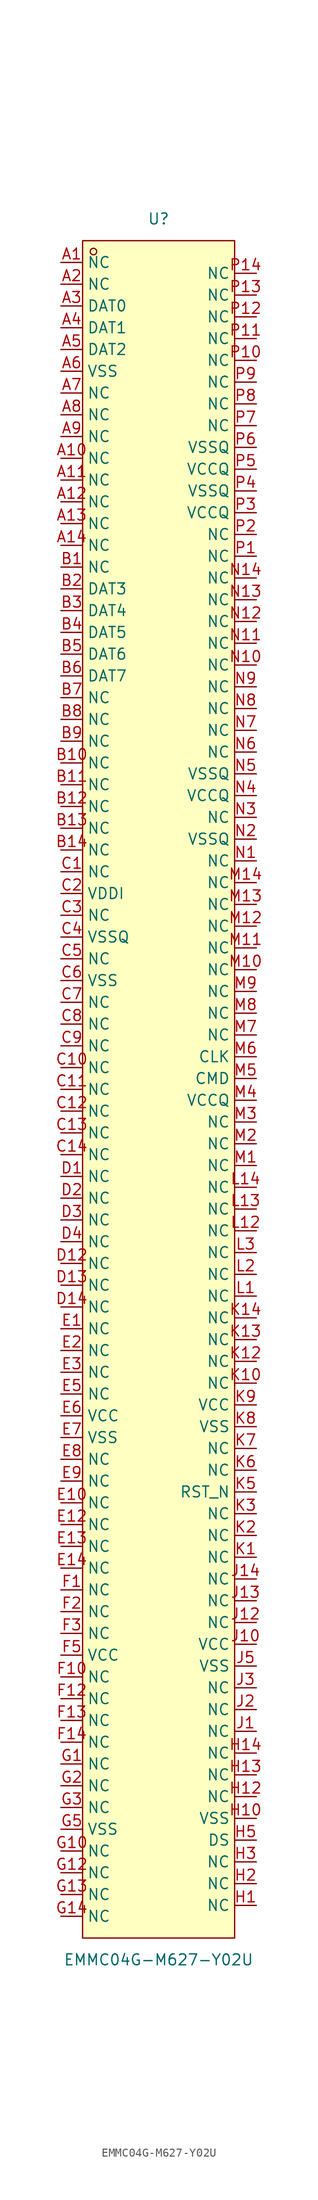
<source format=kicad_sym>
(kicad_symbol_lib
  (version 20211014)
  (generator https://github.com/uPesy/easyeda2kicad.py)
  (symbol "EMMC04G-M627-Y02U"
    (property "Reference" "U"
      (at 0 101.60 0)
      (effects (font (size 1.27 1.27))))
    (property "Value" "EMMC04G-M627-Y02U"
      (at 0 -101.60 0)
      (effects (font (size 1.27 1.27))))
    (symbol "EMMC04G-M627-Y02U_0_1"
      (rectangle (start -8.89 99.06) (end 8.89 -99.06) (stroke (width 0) (type default) (color 0 0 0 0)) (fill (type background)))
      (circle (center -7.62 97.79) (radius 0.38) (stroke (width 0) (type default) (color 0 0 0 0)) (fill (type none)))
      (pin unspecified line (at -11.43 96.52 0) (length 2.54) (name "NC" (effects (font (size 1.27 1.27)))) (number "A1" (effects (font (size 1.27 1.27)))))
      (pin unspecified line (at -11.43 93.98 0) (length 2.54) (name "NC" (effects (font (size 1.27 1.27)))) (number "A2" (effects (font (size 1.27 1.27)))))
      (pin unspecified line (at -11.43 91.44 0) (length 2.54) (name "DAT0" (effects (font (size 1.27 1.27)))) (number "A3" (effects (font (size 1.27 1.27)))))
      (pin unspecified line (at -11.43 88.90 0) (length 2.54) (name "DAT1" (effects (font (size 1.27 1.27)))) (number "A4" (effects (font (size 1.27 1.27)))))
      (pin unspecified line (at -11.43 86.36 0) (length 2.54) (name "DAT2" (effects (font (size 1.27 1.27)))) (number "A5" (effects (font (size 1.27 1.27)))))
      (pin unspecified line (at -11.43 83.82 0) (length 2.54) (name "VSS" (effects (font (size 1.27 1.27)))) (number "A6" (effects (font (size 1.27 1.27)))))
      (pin unspecified line (at -11.43 81.28 0) (length 2.54) (name "NC" (effects (font (size 1.27 1.27)))) (number "A7" (effects (font (size 1.27 1.27)))))
      (pin unspecified line (at -11.43 78.74 0) (length 2.54) (name "NC" (effects (font (size 1.27 1.27)))) (number "A8" (effects (font (size 1.27 1.27)))))
      (pin unspecified line (at -11.43 76.20 0) (length 2.54) (name "NC" (effects (font (size 1.27 1.27)))) (number "A9" (effects (font (size 1.27 1.27)))))
      (pin unspecified line (at -11.43 73.66 0) (length 2.54) (name "NC" (effects (font (size 1.27 1.27)))) (number "A10" (effects (font (size 1.27 1.27)))))
      (pin unspecified line (at -11.43 71.12 0) (length 2.54) (name "NC" (effects (font (size 1.27 1.27)))) (number "A11" (effects (font (size 1.27 1.27)))))
      (pin unspecified line (at -11.43 68.58 0) (length 2.54) (name "NC" (effects (font (size 1.27 1.27)))) (number "A12" (effects (font (size 1.27 1.27)))))
      (pin unspecified line (at -11.43 66.04 0) (length 2.54) (name "NC" (effects (font (size 1.27 1.27)))) (number "A13" (effects (font (size 1.27 1.27)))))
      (pin unspecified line (at -11.43 63.50 0) (length 2.54) (name "NC" (effects (font (size 1.27 1.27)))) (number "A14" (effects (font (size 1.27 1.27)))))
      (pin unspecified line (at -11.43 60.96 0) (length 2.54) (name "NC" (effects (font (size 1.27 1.27)))) (number "B1" (effects (font (size 1.27 1.27)))))
      (pin unspecified line (at -11.43 58.42 0) (length 2.54) (name "DAT3" (effects (font (size 1.27 1.27)))) (number "B2" (effects (font (size 1.27 1.27)))))
      (pin unspecified line (at -11.43 55.88 0) (length 2.54) (name "DAT4" (effects (font (size 1.27 1.27)))) (number "B3" (effects (font (size 1.27 1.27)))))
      (pin unspecified line (at -11.43 53.34 0) (length 2.54) (name "DAT5" (effects (font (size 1.27 1.27)))) (number "B4" (effects (font (size 1.27 1.27)))))
      (pin unspecified line (at -11.43 50.80 0) (length 2.54) (name "DAT6" (effects (font (size 1.27 1.27)))) (number "B5" (effects (font (size 1.27 1.27)))))
      (pin unspecified line (at -11.43 48.26 0) (length 2.54) (name "DAT7" (effects (font (size 1.27 1.27)))) (number "B6" (effects (font (size 1.27 1.27)))))
      (pin unspecified line (at -11.43 45.72 0) (length 2.54) (name "NC" (effects (font (size 1.27 1.27)))) (number "B7" (effects (font (size 1.27 1.27)))))
      (pin unspecified line (at -11.43 43.18 0) (length 2.54) (name "NC" (effects (font (size 1.27 1.27)))) (number "B8" (effects (font (size 1.27 1.27)))))
      (pin unspecified line (at -11.43 40.64 0) (length 2.54) (name "NC" (effects (font (size 1.27 1.27)))) (number "B9" (effects (font (size 1.27 1.27)))))
      (pin unspecified line (at -11.43 38.10 0) (length 2.54) (name "NC" (effects (font (size 1.27 1.27)))) (number "B10" (effects (font (size 1.27 1.27)))))
      (pin unspecified line (at -11.43 35.56 0) (length 2.54) (name "NC" (effects (font (size 1.27 1.27)))) (number "B11" (effects (font (size 1.27 1.27)))))
      (pin unspecified line (at -11.43 33.02 0) (length 2.54) (name "NC" (effects (font (size 1.27 1.27)))) (number "B12" (effects (font (size 1.27 1.27)))))
      (pin unspecified line (at -11.43 30.48 0) (length 2.54) (name "NC" (effects (font (size 1.27 1.27)))) (number "B13" (effects (font (size 1.27 1.27)))))
      (pin unspecified line (at -11.43 27.94 0) (length 2.54) (name "NC" (effects (font (size 1.27 1.27)))) (number "B14" (effects (font (size 1.27 1.27)))))
      (pin unspecified line (at -11.43 25.40 0) (length 2.54) (name "NC" (effects (font (size 1.27 1.27)))) (number "C1" (effects (font (size 1.27 1.27)))))
      (pin unspecified line (at -11.43 22.86 0) (length 2.54) (name "VDDI" (effects (font (size 1.27 1.27)))) (number "C2" (effects (font (size 1.27 1.27)))))
      (pin unspecified line (at -11.43 20.32 0) (length 2.54) (name "NC" (effects (font (size 1.27 1.27)))) (number "C3" (effects (font (size 1.27 1.27)))))
      (pin unspecified line (at -11.43 17.78 0) (length 2.54) (name "VSSQ" (effects (font (size 1.27 1.27)))) (number "C4" (effects (font (size 1.27 1.27)))))
      (pin unspecified line (at -11.43 15.24 0) (length 2.54) (name "NC" (effects (font (size 1.27 1.27)))) (number "C5" (effects (font (size 1.27 1.27)))))
      (pin unspecified line (at -11.43 12.70 0) (length 2.54) (name "VSS" (effects (font (size 1.27 1.27)))) (number "C6" (effects (font (size 1.27 1.27)))))
      (pin unspecified line (at -11.43 10.16 0) (length 2.54) (name "NC" (effects (font (size 1.27 1.27)))) (number "C7" (effects (font (size 1.27 1.27)))))
      (pin unspecified line (at -11.43 7.62 0) (length 2.54) (name "NC" (effects (font (size 1.27 1.27)))) (number "C8" (effects (font (size 1.27 1.27)))))
      (pin unspecified line (at -11.43 5.08 0) (length 2.54) (name "NC" (effects (font (size 1.27 1.27)))) (number "C9" (effects (font (size 1.27 1.27)))))
      (pin unspecified line (at -11.43 2.54 0) (length 2.54) (name "NC" (effects (font (size 1.27 1.27)))) (number "C10" (effects (font (size 1.27 1.27)))))
      (pin unspecified line (at -11.43 -0.00 0) (length 2.54) (name "NC" (effects (font (size 1.27 1.27)))) (number "C11" (effects (font (size 1.27 1.27)))))
      (pin unspecified line (at -11.43 -2.54 0) (length 2.54) (name "NC" (effects (font (size 1.27 1.27)))) (number "C12" (effects (font (size 1.27 1.27)))))
      (pin unspecified line (at -11.43 -5.08 0) (length 2.54) (name "NC" (effects (font (size 1.27 1.27)))) (number "C13" (effects (font (size 1.27 1.27)))))
      (pin unspecified line (at -11.43 -7.62 0) (length 2.54) (name "NC" (effects (font (size 1.27 1.27)))) (number "C14" (effects (font (size 1.27 1.27)))))
      (pin unspecified line (at -11.43 -10.16 0) (length 2.54) (name "NC" (effects (font (size 1.27 1.27)))) (number "D1" (effects (font (size 1.27 1.27)))))
      (pin unspecified line (at -11.43 -12.70 0) (length 2.54) (name "NC" (effects (font (size 1.27 1.27)))) (number "D2" (effects (font (size 1.27 1.27)))))
      (pin unspecified line (at -11.43 -15.24 0) (length 2.54) (name "NC" (effects (font (size 1.27 1.27)))) (number "D3" (effects (font (size 1.27 1.27)))))
      (pin unspecified line (at -11.43 -17.78 0) (length 2.54) (name "NC" (effects (font (size 1.27 1.27)))) (number "D4" (effects (font (size 1.27 1.27)))))
      (pin unspecified line (at -11.43 -20.32 0) (length 2.54) (name "NC" (effects (font (size 1.27 1.27)))) (number "D12" (effects (font (size 1.27 1.27)))))
      (pin unspecified line (at -11.43 -22.86 0) (length 2.54) (name "NC" (effects (font (size 1.27 1.27)))) (number "D13" (effects (font (size 1.27 1.27)))))
      (pin unspecified line (at -11.43 -25.40 0) (length 2.54) (name "NC" (effects (font (size 1.27 1.27)))) (number "D14" (effects (font (size 1.27 1.27)))))
      (pin unspecified line (at -11.43 -27.94 0) (length 2.54) (name "NC" (effects (font (size 1.27 1.27)))) (number "E1" (effects (font (size 1.27 1.27)))))
      (pin unspecified line (at -11.43 -30.48 0) (length 2.54) (name "NC" (effects (font (size 1.27 1.27)))) (number "E2" (effects (font (size 1.27 1.27)))))
      (pin unspecified line (at -11.43 -33.02 0) (length 2.54) (name "NC" (effects (font (size 1.27 1.27)))) (number "E3" (effects (font (size 1.27 1.27)))))
      (pin unspecified line (at -11.43 -35.56 0) (length 2.54) (name "NC" (effects (font (size 1.27 1.27)))) (number "E5" (effects (font (size 1.27 1.27)))))
      (pin unspecified line (at -11.43 -38.10 0) (length 2.54) (name "VCC" (effects (font (size 1.27 1.27)))) (number "E6" (effects (font (size 1.27 1.27)))))
      (pin unspecified line (at -11.43 -40.64 0) (length 2.54) (name "VSS" (effects (font (size 1.27 1.27)))) (number "E7" (effects (font (size 1.27 1.27)))))
      (pin unspecified line (at -11.43 -43.18 0) (length 2.54) (name "NC" (effects (font (size 1.27 1.27)))) (number "E8" (effects (font (size 1.27 1.27)))))
      (pin unspecified line (at -11.43 -45.72 0) (length 2.54) (name "NC" (effects (font (size 1.27 1.27)))) (number "E9" (effects (font (size 1.27 1.27)))))
      (pin unspecified line (at -11.43 -48.26 0) (length 2.54) (name "NC" (effects (font (size 1.27 1.27)))) (number "E10" (effects (font (size 1.27 1.27)))))
      (pin unspecified line (at -11.43 -50.80 0) (length 2.54) (name "NC" (effects (font (size 1.27 1.27)))) (number "E12" (effects (font (size 1.27 1.27)))))
      (pin unspecified line (at -11.43 -53.34 0) (length 2.54) (name "NC" (effects (font (size 1.27 1.27)))) (number "E13" (effects (font (size 1.27 1.27)))))
      (pin unspecified line (at -11.43 -55.88 0) (length 2.54) (name "NC" (effects (font (size 1.27 1.27)))) (number "E14" (effects (font (size 1.27 1.27)))))
      (pin unspecified line (at -11.43 -58.42 0) (length 2.54) (name "NC" (effects (font (size 1.27 1.27)))) (number "F1" (effects (font (size 1.27 1.27)))))
      (pin unspecified line (at -11.43 -60.96 0) (length 2.54) (name "NC" (effects (font (size 1.27 1.27)))) (number "F2" (effects (font (size 1.27 1.27)))))
      (pin unspecified line (at -11.43 -63.50 0) (length 2.54) (name "NC" (effects (font (size 1.27 1.27)))) (number "F3" (effects (font (size 1.27 1.27)))))
      (pin unspecified line (at -11.43 -66.04 0) (length 2.54) (name "VCC" (effects (font (size 1.27 1.27)))) (number "F5" (effects (font (size 1.27 1.27)))))
      (pin unspecified line (at -11.43 -68.58 0) (length 2.54) (name "NC" (effects (font (size 1.27 1.27)))) (number "F10" (effects (font (size 1.27 1.27)))))
      (pin unspecified line (at -11.43 -71.12 0) (length 2.54) (name "NC" (effects (font (size 1.27 1.27)))) (number "F12" (effects (font (size 1.27 1.27)))))
      (pin unspecified line (at -11.43 -73.66 0) (length 2.54) (name "NC" (effects (font (size 1.27 1.27)))) (number "F13" (effects (font (size 1.27 1.27)))))
      (pin unspecified line (at -11.43 -76.20 0) (length 2.54) (name "NC" (effects (font (size 1.27 1.27)))) (number "F14" (effects (font (size 1.27 1.27)))))
      (pin unspecified line (at -11.43 -78.74 0) (length 2.54) (name "NC" (effects (font (size 1.27 1.27)))) (number "G1" (effects (font (size 1.27 1.27)))))
      (pin unspecified line (at -11.43 -81.28 0) (length 2.54) (name "NC" (effects (font (size 1.27 1.27)))) (number "G2" (effects (font (size 1.27 1.27)))))
      (pin unspecified line (at -11.43 -83.82 0) (length 2.54) (name "NC" (effects (font (size 1.27 1.27)))) (number "G3" (effects (font (size 1.27 1.27)))))
      (pin unspecified line (at -11.43 -86.36 0) (length 2.54) (name "VSS" (effects (font (size 1.27 1.27)))) (number "G5" (effects (font (size 1.27 1.27)))))
      (pin unspecified line (at -11.43 -88.90 0) (length 2.54) (name "NC" (effects (font (size 1.27 1.27)))) (number "G10" (effects (font (size 1.27 1.27)))))
      (pin unspecified line (at -11.43 -91.44 0) (length 2.54) (name "NC" (effects (font (size 1.27 1.27)))) (number "G12" (effects (font (size 1.27 1.27)))))
      (pin unspecified line (at -11.43 -93.98 0) (length 2.54) (name "NC" (effects (font (size 1.27 1.27)))) (number "G13" (effects (font (size 1.27 1.27)))))
      (pin unspecified line (at -11.43 -96.52 0) (length 2.54) (name "NC" (effects (font (size 1.27 1.27)))) (number "G14" (effects (font (size 1.27 1.27)))))
      (pin unspecified line (at 11.43 -95.25 180) (length 2.54) (name "NC" (effects (font (size 1.27 1.27)))) (number "H1" (effects (font (size 1.27 1.27)))))
      (pin unspecified line (at 11.43 -92.71 180) (length 2.54) (name "NC" (effects (font (size 1.27 1.27)))) (number "H2" (effects (font (size 1.27 1.27)))))
      (pin unspecified line (at 11.43 -90.17 180) (length 2.54) (name "NC" (effects (font (size 1.27 1.27)))) (number "H3" (effects (font (size 1.27 1.27)))))
      (pin unspecified line (at 11.43 -87.63 180) (length 2.54) (name "DS" (effects (font (size 1.27 1.27)))) (number "H5" (effects (font (size 1.27 1.27)))))
      (pin unspecified line (at 11.43 -85.09 180) (length 2.54) (name "VSS" (effects (font (size 1.27 1.27)))) (number "H10" (effects (font (size 1.27 1.27)))))
      (pin unspecified line (at 11.43 -82.55 180) (length 2.54) (name "NC" (effects (font (size 1.27 1.27)))) (number "H12" (effects (font (size 1.27 1.27)))))
      (pin unspecified line (at 11.43 -80.01 180) (length 2.54) (name "NC" (effects (font (size 1.27 1.27)))) (number "H13" (effects (font (size 1.27 1.27)))))
      (pin unspecified line (at 11.43 -77.47 180) (length 2.54) (name "NC" (effects (font (size 1.27 1.27)))) (number "H14" (effects (font (size 1.27 1.27)))))
      (pin unspecified line (at 11.43 -74.93 180) (length 2.54) (name "NC" (effects (font (size 1.27 1.27)))) (number "J1" (effects (font (size 1.27 1.27)))))
      (pin unspecified line (at 11.43 -72.39 180) (length 2.54) (name "NC" (effects (font (size 1.27 1.27)))) (number "J2" (effects (font (size 1.27 1.27)))))
      (pin unspecified line (at 11.43 -69.85 180) (length 2.54) (name "NC" (effects (font (size 1.27 1.27)))) (number "J3" (effects (font (size 1.27 1.27)))))
      (pin unspecified line (at 11.43 -67.31 180) (length 2.54) (name "VSS" (effects (font (size 1.27 1.27)))) (number "J5" (effects (font (size 1.27 1.27)))))
      (pin unspecified line (at 11.43 -64.77 180) (length 2.54) (name "VCC" (effects (font (size 1.27 1.27)))) (number "J10" (effects (font (size 1.27 1.27)))))
      (pin unspecified line (at 11.43 -62.23 180) (length 2.54) (name "NC" (effects (font (size 1.27 1.27)))) (number "J12" (effects (font (size 1.27 1.27)))))
      (pin unspecified line (at 11.43 -59.69 180) (length 2.54) (name "NC" (effects (font (size 1.27 1.27)))) (number "J13" (effects (font (size 1.27 1.27)))))
      (pin unspecified line (at 11.43 -57.15 180) (length 2.54) (name "NC" (effects (font (size 1.27 1.27)))) (number "J14" (effects (font (size 1.27 1.27)))))
      (pin unspecified line (at 11.43 -54.61 180) (length 2.54) (name "NC" (effects (font (size 1.27 1.27)))) (number "K1" (effects (font (size 1.27 1.27)))))
      (pin unspecified line (at 11.43 -52.07 180) (length 2.54) (name "NC" (effects (font (size 1.27 1.27)))) (number "K2" (effects (font (size 1.27 1.27)))))
      (pin unspecified line (at 11.43 -49.53 180) (length 2.54) (name "NC" (effects (font (size 1.27 1.27)))) (number "K3" (effects (font (size 1.27 1.27)))))
      (pin unspecified line (at 11.43 -46.99 180) (length 2.54) (name "RST_N" (effects (font (size 1.27 1.27)))) (number "K5" (effects (font (size 1.27 1.27)))))
      (pin unspecified line (at 11.43 -44.45 180) (length 2.54) (name "NC" (effects (font (size 1.27 1.27)))) (number "K6" (effects (font (size 1.27 1.27)))))
      (pin unspecified line (at 11.43 -41.91 180) (length 2.54) (name "NC" (effects (font (size 1.27 1.27)))) (number "K7" (effects (font (size 1.27 1.27)))))
      (pin unspecified line (at 11.43 -39.37 180) (length 2.54) (name "VSS" (effects (font (size 1.27 1.27)))) (number "K8" (effects (font (size 1.27 1.27)))))
      (pin unspecified line (at 11.43 -36.83 180) (length 2.54) (name "VCC" (effects (font (size 1.27 1.27)))) (number "K9" (effects (font (size 1.27 1.27)))))
      (pin unspecified line (at 11.43 -34.29 180) (length 2.54) (name "NC" (effects (font (size 1.27 1.27)))) (number "K10" (effects (font (size 1.27 1.27)))))
      (pin unspecified line (at 11.43 -31.75 180) (length 2.54) (name "NC" (effects (font (size 1.27 1.27)))) (number "K12" (effects (font (size 1.27 1.27)))))
      (pin unspecified line (at 11.43 -29.21 180) (length 2.54) (name "NC" (effects (font (size 1.27 1.27)))) (number "K13" (effects (font (size 1.27 1.27)))))
      (pin unspecified line (at 11.43 -26.67 180) (length 2.54) (name "NC" (effects (font (size 1.27 1.27)))) (number "K14" (effects (font (size 1.27 1.27)))))
      (pin unspecified line (at 11.43 -24.13 180) (length 2.54) (name "NC" (effects (font (size 1.27 1.27)))) (number "L1" (effects (font (size 1.27 1.27)))))
      (pin unspecified line (at 11.43 -21.59 180) (length 2.54) (name "NC" (effects (font (size 1.27 1.27)))) (number "L2" (effects (font (size 1.27 1.27)))))
      (pin unspecified line (at 11.43 -19.05 180) (length 2.54) (name "NC" (effects (font (size 1.27 1.27)))) (number "L3" (effects (font (size 1.27 1.27)))))
      (pin unspecified line (at 11.43 -16.51 180) (length 2.54) (name "NC" (effects (font (size 1.27 1.27)))) (number "L12" (effects (font (size 1.27 1.27)))))
      (pin unspecified line (at 11.43 -13.97 180) (length 2.54) (name "NC" (effects (font (size 1.27 1.27)))) (number "L13" (effects (font (size 1.27 1.27)))))
      (pin unspecified line (at 11.43 -11.43 180) (length 2.54) (name "NC" (effects (font (size 1.27 1.27)))) (number "L14" (effects (font (size 1.27 1.27)))))
      (pin unspecified line (at 11.43 -8.89 180) (length 2.54) (name "NC" (effects (font (size 1.27 1.27)))) (number "M1" (effects (font (size 1.27 1.27)))))
      (pin unspecified line (at 11.43 -6.35 180) (length 2.54) (name "NC" (effects (font (size 1.27 1.27)))) (number "M2" (effects (font (size 1.27 1.27)))))
      (pin unspecified line (at 11.43 -3.81 180) (length 2.54) (name "NC" (effects (font (size 1.27 1.27)))) (number "M3" (effects (font (size 1.27 1.27)))))
      (pin unspecified line (at 11.43 -1.27 180) (length 2.54) (name "VCCQ" (effects (font (size 1.27 1.27)))) (number "M4" (effects (font (size 1.27 1.27)))))
      (pin unspecified line (at 11.43 1.27 180) (length 2.54) (name "CMD" (effects (font (size 1.27 1.27)))) (number "M5" (effects (font (size 1.27 1.27)))))
      (pin unspecified line (at 11.43 3.81 180) (length 2.54) (name "CLK" (effects (font (size 1.27 1.27)))) (number "M6" (effects (font (size 1.27 1.27)))))
      (pin unspecified line (at 11.43 6.35 180) (length 2.54) (name "NC" (effects (font (size 1.27 1.27)))) (number "M7" (effects (font (size 1.27 1.27)))))
      (pin unspecified line (at 11.43 8.89 180) (length 2.54) (name "NC" (effects (font (size 1.27 1.27)))) (number "M8" (effects (font (size 1.27 1.27)))))
      (pin unspecified line (at 11.43 11.43 180) (length 2.54) (name "NC" (effects (font (size 1.27 1.27)))) (number "M9" (effects (font (size 1.27 1.27)))))
      (pin unspecified line (at 11.43 13.97 180) (length 2.54) (name "NC" (effects (font (size 1.27 1.27)))) (number "M10" (effects (font (size 1.27 1.27)))))
      (pin unspecified line (at 11.43 16.51 180) (length 2.54) (name "NC" (effects (font (size 1.27 1.27)))) (number "M11" (effects (font (size 1.27 1.27)))))
      (pin unspecified line (at 11.43 19.05 180) (length 2.54) (name "NC" (effects (font (size 1.27 1.27)))) (number "M12" (effects (font (size 1.27 1.27)))))
      (pin unspecified line (at 11.43 21.59 180) (length 2.54) (name "NC" (effects (font (size 1.27 1.27)))) (number "M13" (effects (font (size 1.27 1.27)))))
      (pin unspecified line (at 11.43 24.13 180) (length 2.54) (name "NC" (effects (font (size 1.27 1.27)))) (number "M14" (effects (font (size 1.27 1.27)))))
      (pin unspecified line (at 11.43 26.67 180) (length 2.54) (name "NC" (effects (font (size 1.27 1.27)))) (number "N1" (effects (font (size 1.27 1.27)))))
      (pin unspecified line (at 11.43 29.21 180) (length 2.54) (name "VSSQ" (effects (font (size 1.27 1.27)))) (number "N2" (effects (font (size 1.27 1.27)))))
      (pin unspecified line (at 11.43 31.75 180) (length 2.54) (name "NC" (effects (font (size 1.27 1.27)))) (number "N3" (effects (font (size 1.27 1.27)))))
      (pin unspecified line (at 11.43 34.29 180) (length 2.54) (name "VCCQ" (effects (font (size 1.27 1.27)))) (number "N4" (effects (font (size 1.27 1.27)))))
      (pin unspecified line (at 11.43 36.83 180) (length 2.54) (name "VSSQ" (effects (font (size 1.27 1.27)))) (number "N5" (effects (font (size 1.27 1.27)))))
      (pin unspecified line (at 11.43 39.37 180) (length 2.54) (name "NC" (effects (font (size 1.27 1.27)))) (number "N6" (effects (font (size 1.27 1.27)))))
      (pin unspecified line (at 11.43 41.91 180) (length 2.54) (name "NC" (effects (font (size 1.27 1.27)))) (number "N7" (effects (font (size 1.27 1.27)))))
      (pin unspecified line (at 11.43 44.45 180) (length 2.54) (name "NC" (effects (font (size 1.27 1.27)))) (number "N8" (effects (font (size 1.27 1.27)))))
      (pin unspecified line (at 11.43 46.99 180) (length 2.54) (name "NC" (effects (font (size 1.27 1.27)))) (number "N9" (effects (font (size 1.27 1.27)))))
      (pin unspecified line (at 11.43 49.53 180) (length 2.54) (name "NC" (effects (font (size 1.27 1.27)))) (number "N10" (effects (font (size 1.27 1.27)))))
      (pin unspecified line (at 11.43 52.07 180) (length 2.54) (name "NC" (effects (font (size 1.27 1.27)))) (number "N11" (effects (font (size 1.27 1.27)))))
      (pin unspecified line (at 11.43 54.61 180) (length 2.54) (name "NC" (effects (font (size 1.27 1.27)))) (number "N12" (effects (font (size 1.27 1.27)))))
      (pin unspecified line (at 11.43 57.15 180) (length 2.54) (name "NC" (effects (font (size 1.27 1.27)))) (number "N13" (effects (font (size 1.27 1.27)))))
      (pin unspecified line (at 11.43 59.69 180) (length 2.54) (name "NC" (effects (font (size 1.27 1.27)))) (number "N14" (effects (font (size 1.27 1.27)))))
      (pin unspecified line (at 11.43 62.23 180) (length 2.54) (name "NC" (effects (font (size 1.27 1.27)))) (number "P1" (effects (font (size 1.27 1.27)))))
      (pin unspecified line (at 11.43 64.77 180) (length 2.54) (name "NC" (effects (font (size 1.27 1.27)))) (number "P2" (effects (font (size 1.27 1.27)))))
      (pin unspecified line (at 11.43 67.31 180) (length 2.54) (name "VCCQ" (effects (font (size 1.27 1.27)))) (number "P3" (effects (font (size 1.27 1.27)))))
      (pin unspecified line (at 11.43 69.85 180) (length 2.54) (name "VSSQ" (effects (font (size 1.27 1.27)))) (number "P4" (effects (font (size 1.27 1.27)))))
      (pin unspecified line (at 11.43 72.39 180) (length 2.54) (name "VCCQ" (effects (font (size 1.27 1.27)))) (number "P5" (effects (font (size 1.27 1.27)))))
      (pin unspecified line (at 11.43 74.93 180) (length 2.54) (name "VSSQ" (effects (font (size 1.27 1.27)))) (number "P6" (effects (font (size 1.27 1.27)))))
      (pin unspecified line (at 11.43 77.47 180) (length 2.54) (name "NC" (effects (font (size 1.27 1.27)))) (number "P7" (effects (font (size 1.27 1.27)))))
      (pin unspecified line (at 11.43 80.01 180) (length 2.54) (name "NC" (effects (font (size 1.27 1.27)))) (number "P8" (effects (font (size 1.27 1.27)))))
      (pin unspecified line (at 11.43 82.55 180) (length 2.54) (name "NC" (effects (font (size 1.27 1.27)))) (number "P9" (effects (font (size 1.27 1.27)))))
      (pin unspecified line (at 11.43 85.09 180) (length 2.54) (name "NC" (effects (font (size 1.27 1.27)))) (number "P10" (effects (font (size 1.27 1.27)))))
      (pin unspecified line (at 11.43 87.63 180) (length 2.54) (name "NC" (effects (font (size 1.27 1.27)))) (number "P11" (effects (font (size 1.27 1.27)))))
      (pin unspecified line (at 11.43 90.17 180) (length 2.54) (name "NC" (effects (font (size 1.27 1.27)))) (number "P12" (effects (font (size 1.27 1.27)))))
      (pin unspecified line (at 11.43 92.71 180) (length 2.54) (name "NC" (effects (font (size 1.27 1.27)))) (number "P13" (effects (font (size 1.27 1.27)))))
      (pin unspecified line (at 11.43 95.25 180) (length 2.54) (name "NC" (effects (font (size 1.27 1.27)))) (number "P14" (effects (font (size 1.27 1.27))))))))
</source>
